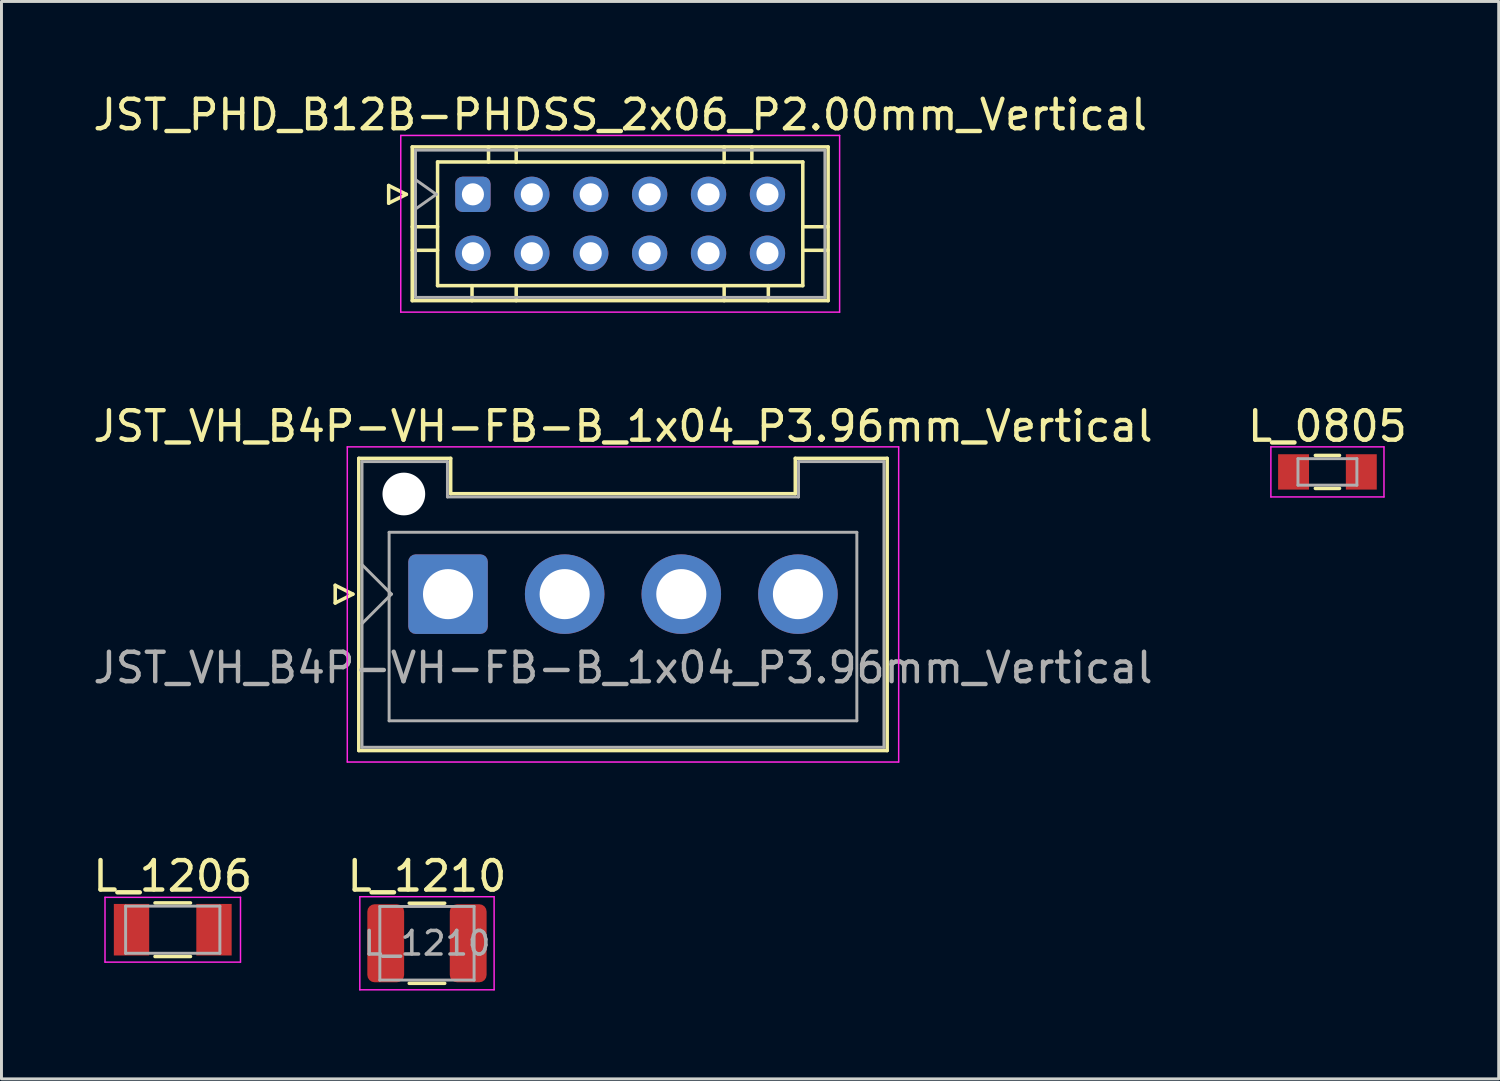
<source format=kicad_pcb>
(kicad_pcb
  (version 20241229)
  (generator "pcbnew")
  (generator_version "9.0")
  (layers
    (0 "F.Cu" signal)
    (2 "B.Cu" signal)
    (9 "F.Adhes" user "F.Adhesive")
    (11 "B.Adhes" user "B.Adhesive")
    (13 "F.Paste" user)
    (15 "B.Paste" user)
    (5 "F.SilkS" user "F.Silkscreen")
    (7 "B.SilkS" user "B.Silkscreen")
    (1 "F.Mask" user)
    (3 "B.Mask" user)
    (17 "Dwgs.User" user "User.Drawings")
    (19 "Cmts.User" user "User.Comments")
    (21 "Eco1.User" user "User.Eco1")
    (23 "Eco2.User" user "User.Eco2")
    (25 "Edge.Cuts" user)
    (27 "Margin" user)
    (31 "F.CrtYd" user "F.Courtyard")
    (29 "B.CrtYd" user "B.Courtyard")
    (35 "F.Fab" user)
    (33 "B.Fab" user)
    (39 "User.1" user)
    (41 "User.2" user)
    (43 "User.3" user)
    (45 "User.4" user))
  (footprint "JST_PHD_B12B-PHDSS_2x06_P2.00mm_Vertical"
    (layer "F.Cu")
    (at 13.006 3.548)
    (property "Reference" "JST_PHD_B12B-PHDSS_2x06_P2.00mm_Vertical" (at 5 -2.7 0) (layer "F.SilkS") (effects (font (size 1 1) (thickness 0.15))))
    (attr through_hole)
    (fp_line (start -2.86 -0.3) (end -2.26 0) (stroke (width 0.12) (type solid)) (layer "F.SilkS"))
    (fp_line (start -2.86 0.3) (end -2.86 -0.3) (stroke (width 0.12) (type solid)) (layer "F.SilkS"))
    (fp_line (start -2.26 0) (end -2.86 0.3) (stroke (width 0.12) (type solid)) (layer "F.SilkS"))
    (fp_line (start -2.06 -1.61) (end -2.06 3.61) (stroke (width 0.12) (type solid)) (layer "F.SilkS"))
    (fp_line (start -2.06 1.1) (end -1.2 1.1) (stroke (width 0.12) (type solid)) (layer "F.SilkS"))
    (fp_line (start -2.06 1.9) (end -1.2 1.9) (stroke (width 0.12) (type solid)) (layer "F.SilkS"))
    (fp_line (start -2.06 3.61) (end 12.06 3.61) (stroke (width 0.12) (type solid)) (layer "F.SilkS"))
    (fp_line (start -1.2 -1.1) (end -1.2 3.1) (stroke (width 0.12) (type solid)) (layer "F.SilkS"))
    (fp_line (start -1.2 3.1) (end 11.2 3.1) (stroke (width 0.12) (type solid)) (layer "F.SilkS"))
    (fp_line (start -0.03 3.61) (end -0.03 3.1) (stroke (width 0.12) (type solid)) (layer "F.SilkS"))
    (fp_line (start 0.53 -1.61) (end 0.53 -1.1) (stroke (width 0.12) (type solid)) (layer "F.SilkS"))
    (fp_line (start 1.47 -1.61) (end 1.47 -1.1) (stroke (width 0.12) (type solid)) (layer "F.SilkS"))
    (fp_line (start 1.47 3.61) (end 1.47 3.1) (stroke (width 0.12) (type solid)) (layer "F.SilkS"))
    (fp_line (start 8.53 -1.61) (end 8.53 -1.1) (stroke (width 0.12) (type solid)) (layer "F.SilkS"))
    (fp_line (start 8.53 3.61) (end 8.53 3.1) (stroke (width 0.12) (type solid)) (layer "F.SilkS"))
    (fp_line (start 9.47 -1.61) (end 9.47 -1.1) (stroke (width 0.12) (type solid)) (layer "F.SilkS"))
    (fp_line (start 10.03 3.61) (end 10.03 3.1) (stroke (width 0.12) (type solid)) (layer "F.SilkS"))
    (fp_line (start 11.2 -1.1) (end -1.2 -1.1) (stroke (width 0.12) (type solid)) (layer "F.SilkS"))
    (fp_line (start 11.2 3.1) (end 11.2 -1.1) (stroke (width 0.12) (type solid)) (layer "F.SilkS"))
    (fp_line (start 12.06 -1.61) (end -2.06 -1.61) (stroke (width 0.12) (type solid)) (layer "F.SilkS"))
    (fp_line (start 12.06 1.1) (end 11.2 1.1) (stroke (width 0.12) (type solid)) (layer "F.SilkS"))
    (fp_line (start 12.06 1.9) (end 11.2 1.9) (stroke (width 0.12) (type solid)) (layer "F.SilkS"))
    (fp_line (start 12.06 3.61) (end 12.06 -1.61) (stroke (width 0.12) (type solid)) (layer "F.SilkS"))
    (fp_line (start -2.45 -2) (end -2.45 4) (stroke (width 0.05) (type solid)) (layer "F.CrtYd"))
    (fp_line (start -2.45 4) (end 12.45 4) (stroke (width 0.05) (type solid)) (layer "F.CrtYd"))
    (fp_line (start 12.45 -2) (end -2.45 -2) (stroke (width 0.05) (type solid)) (layer "F.CrtYd"))
    (fp_line (start 12.45 4) (end 12.45 -2) (stroke (width 0.05) (type solid)) (layer "F.CrtYd"))
    (fp_line (start -1.95 -1.5) (end -1.95 3.5) (stroke (width 0.1) (type solid)) (layer "F.Fab"))
    (fp_line (start -1.95 0.5) (end -1.243 0) (stroke (width 0.1) (type solid)) (layer "F.Fab"))
    (fp_line (start -1.95 3.5) (end 11.95 3.5) (stroke (width 0.1) (type solid)) (layer "F.Fab"))
    (fp_line (start -1.243 0) (end -1.95 -0.5) (stroke (width 0.1) (type solid)) (layer "F.Fab"))
    (fp_line (start 11.95 -1.5) (end -1.95 -1.5) (stroke (width 0.1) (type solid)) (layer "F.Fab"))
    (fp_line (start 11.95 3.5) (end 11.95 -1.5) (stroke (width 0.1) (type solid)) (layer "F.Fab"))
    (pad "1" thru_hole roundrect (at 0 0) (size 1.2 1.2) (drill 0.75) (layers "*.Cu" "*.Mask") (roundrect_rratio 0.208))
    (pad "2" thru_hole circle (at 0 2) (size 1.2 1.2) (drill 0.75) (layers "*.Cu" "*.Mask"))
    (pad "3" thru_hole circle (at 2 0) (size 1.2 1.2) (drill 0.75) (layers "*.Cu" "*.Mask"))
    (pad "4" thru_hole circle (at 2 2) (size 1.2 1.2) (drill 0.75) (layers "*.Cu" "*.Mask"))
    (pad "5" thru_hole circle (at 4 0) (size 1.2 1.2) (drill 0.75) (layers "*.Cu" "*.Mask"))
    (pad "6" thru_hole circle (at 4 2) (size 1.2 1.2) (drill 0.75) (layers "*.Cu" "*.Mask"))
    (pad "7" thru_hole circle (at 6 0) (size 1.2 1.2) (drill 0.75) (layers "*.Cu" "*.Mask"))
    (pad "8" thru_hole circle (at 6 2) (size 1.2 1.2) (drill 0.75) (layers "*.Cu" "*.Mask"))
    (pad "9" thru_hole circle (at 8 0) (size 1.2 1.2) (drill 0.75) (layers "*.Cu" "*.Mask"))
    (pad "10" thru_hole circle (at 8 2) (size 1.2 1.2) (drill 0.75) (layers "*.Cu" "*.Mask"))
    (pad "11" thru_hole circle (at 10 0) (size 1.2 1.2) (drill 0.75) (layers "*.Cu" "*.Mask"))
    (pad "12" thru_hole circle (at 10 2) (size 1.2 1.2) (drill 0.75) (layers "*.Cu" "*.Mask")))
  (footprint "L_0805"
    (layer "F.Cu")
    (at 42.018 12.972)
    (property "Reference" "L_0805" (at 0 -1.55 0) (layer "F.SilkS") (effects (font (size 1 1) (thickness 0.15))))
    (attr smd)
    (fp_line (start -0.41 -0.56) (end 0.41 -0.56) (stroke (width 0.12) (type solid)) (layer "F.SilkS"))
    (fp_line (start -0.41 0.56) (end 0.41 0.56) (stroke (width 0.12) (type solid)) (layer "F.SilkS"))
    (fp_line (start -1.92 -0.85) (end 1.92 -0.85) (stroke (width 0.05) (type solid)) (layer "F.CrtYd"))
    (fp_line (start -1.92 0.85) (end -1.92 -0.85) (stroke (width 0.05) (type solid)) (layer "F.CrtYd"))
    (fp_line (start 1.92 -0.85) (end 1.92 0.85) (stroke (width 0.05) (type solid)) (layer "F.CrtYd"))
    (fp_line (start 1.92 0.85) (end -1.92 0.85) (stroke (width 0.05) (type solid)) (layer "F.CrtYd"))
    (fp_line (start -1 -0.45) (end 1 -0.45) (stroke (width 0.1) (type solid)) (layer "F.Fab"))
    (fp_line (start -1 0.45) (end -1 -0.45) (stroke (width 0.1) (type solid)) (layer "F.Fab"))
    (fp_line (start 1 -0.45) (end 1 0.45) (stroke (width 0.1) (type solid)) (layer "F.Fab"))
    (fp_line (start 1 0.45) (end -1 0.45) (stroke (width 0.1) (type solid)) (layer "F.Fab"))
    (pad "1" smd rect (at -1.15 0) (size 1.05 1.2) (layers "F.Cu" "F.Mask" "F.Paste"))
    (pad "2" smd rect (at 1.15 0) (size 1.05 1.2) (layers "F.Cu" "F.Mask" "F.Paste")))
  (footprint "JST_VH_B4P-VH-FB-B_1x04_P3.96mm_Vertical"
    (layer "F.Cu")
    (at 12.161 17.122)
    (property "Reference" "JST_VH_B4P-VH-FB-B_1x04_P3.96mm_Vertical" (at 5.94 -5.7 0) (layer "F.SilkS") (effects (font (size 1 1) (thickness 0.15))))
    (attr through_hole)
    (fp_line (start -3.83 -0.3) (end -3.23 0) (stroke (width 0.12) (type solid)) (layer "F.SilkS"))
    (fp_line (start -3.83 0.3) (end -3.83 -0.3) (stroke (width 0.12) (type solid)) (layer "F.SilkS"))
    (fp_line (start -3.23 0) (end -3.83 0.3) (stroke (width 0.12) (type solid)) (layer "F.SilkS"))
    (fp_line (start -3.03 -4.61) (end 0.09 -4.61) (stroke (width 0.12) (type solid)) (layer "F.SilkS"))
    (fp_line (start -3.03 5.31) (end -3.03 -4.61) (stroke (width 0.12) (type solid)) (layer "F.SilkS"))
    (fp_line (start 0.09 -4.61) (end 0.09 -3.41) (stroke (width 0.12) (type solid)) (layer "F.SilkS"))
    (fp_line (start 0.09 -3.41) (end 11.79 -3.41) (stroke (width 0.12) (type solid)) (layer "F.SilkS"))
    (fp_line (start 11.79 -4.61) (end 14.91 -4.61) (stroke (width 0.12) (type solid)) (layer "F.SilkS"))
    (fp_line (start 11.79 -3.41) (end 11.79 -4.61) (stroke (width 0.12) (type solid)) (layer "F.SilkS"))
    (fp_line (start 14.91 -4.61) (end 14.91 5.31) (stroke (width 0.12) (type solid)) (layer "F.SilkS"))
    (fp_line (start 14.91 5.31) (end -3.03 5.31) (stroke (width 0.12) (type solid)) (layer "F.SilkS"))
    (fp_line (start -3.42 -5) (end -3.42 5.7) (stroke (width 0.05) (type solid)) (layer "F.CrtYd"))
    (fp_line (start -3.42 5.7) (end 15.3 5.7) (stroke (width 0.05) (type solid)) (layer "F.CrtYd"))
    (fp_line (start 15.3 -5) (end -3.42 -5) (stroke (width 0.05) (type solid)) (layer "F.CrtYd"))
    (fp_line (start 15.3 5.7) (end 15.3 -5) (stroke (width 0.05) (type solid)) (layer "F.CrtYd"))
    (fp_line (start -2.92 -4.5) (end -0.02 -4.5) (stroke (width 0.1) (type solid)) (layer "F.Fab"))
    (fp_line (start -2.92 -1) (end -1.92 0) (stroke (width 0.1) (type solid)) (layer "F.Fab"))
    (fp_line (start -2.92 1) (end -1.92 0) (stroke (width 0.1) (type solid)) (layer "F.Fab"))
    (fp_line (start -2.92 5.2) (end -2.92 -4.5) (stroke (width 0.1) (type solid)) (layer "F.Fab"))
    (fp_line (start -2 -2.1) (end 13.88 -2.1) (stroke (width 0.1) (type solid)) (layer "F.Fab"))
    (fp_line (start -2 4.3) (end -2 -2.1) (stroke (width 0.1) (type solid)) (layer "F.Fab"))
    (fp_line (start -0.02 -4.5) (end -0.02 -3.3) (stroke (width 0.1) (type solid)) (layer "F.Fab"))
    (fp_line (start -0.02 -3.3) (end 11.9 -3.3) (stroke (width 0.1) (type solid)) (layer "F.Fab"))
    (fp_line (start 11.9 -4.5) (end 14.8 -4.5) (stroke (width 0.1) (type solid)) (layer "F.Fab"))
    (fp_line (start 11.9 -3.3) (end 11.9 -4.5) (stroke (width 0.1) (type solid)) (layer "F.Fab"))
    (fp_line (start 13.88 -2.1) (end 13.88 4.3) (stroke (width 0.1) (type solid)) (layer "F.Fab"))
    (fp_line (start 13.88 4.3) (end -2 4.3) (stroke (width 0.1) (type solid)) (layer "F.Fab"))
    (fp_line (start 14.8 -4.5) (end 14.8 5.2) (stroke (width 0.1) (type solid)) (layer "F.Fab"))
    (fp_line (start 14.8 5.2) (end -2.92 5.2) (stroke (width 0.1) (type solid)) (layer "F.Fab"))
    (fp_text user "${REFERENCE}" (at 5.94 2.5 0) (layer "F.Fab") (effects (font (size 1 1) (thickness 0.15))))
    (pad "" np_thru_hole circle (at -1.5 -3.4) (size 1.45 1.45) (drill 1.45) (layers "*.Cu" "*.Mask"))
    (pad "1" thru_hole roundrect (at 0 0) (size 2.7 2.7) (drill 1.7) (layers "*.Cu" "*.Mask") (roundrect_rratio 0.093))
    (pad "2" thru_hole circle (at 3.96 0) (size 2.7 2.7) (drill 1.7) (layers "*.Cu" "*.Mask"))
    (pad "3" thru_hole circle (at 7.92 0) (size 2.7 2.7) (drill 1.7) (layers "*.Cu" "*.Mask"))
    (pad "4" thru_hole circle (at 11.88 0) (size 2.7 2.7) (drill 1.7) (layers "*.Cu" "*.Mask")))
  (footprint "L_1210"
    (layer "F.Cu")
    (at 11.446 28.975)
    (property "Reference" "L_1210" (at 0 -2.28 0) (layer "F.SilkS") (effects (font (size 1 1) (thickness 0.15))))
    (attr smd)
    (fp_line (start -0.602 -1.36) (end 0.602 -1.36) (stroke (width 0.12) (type solid)) (layer "F.SilkS"))
    (fp_line (start -0.602 1.36) (end 0.602 1.36) (stroke (width 0.12) (type solid)) (layer "F.SilkS"))
    (fp_line (start -2.28 -1.58) (end 2.28 -1.58) (stroke (width 0.05) (type solid)) (layer "F.CrtYd"))
    (fp_line (start -2.28 1.58) (end -2.28 -1.58) (stroke (width 0.05) (type solid)) (layer "F.CrtYd"))
    (fp_line (start 2.28 -1.58) (end 2.28 1.58) (stroke (width 0.05) (type solid)) (layer "F.CrtYd"))
    (fp_line (start 2.28 1.58) (end -2.28 1.58) (stroke (width 0.05) (type solid)) (layer "F.CrtYd"))
    (fp_line (start -1.6 -1.25) (end 1.6 -1.25) (stroke (width 0.1) (type solid)) (layer "F.Fab"))
    (fp_line (start -1.6 1.25) (end -1.6 -1.25) (stroke (width 0.1) (type solid)) (layer "F.Fab"))
    (fp_line (start 1.6 -1.25) (end 1.6 1.25) (stroke (width 0.1) (type solid)) (layer "F.Fab"))
    (fp_line (start 1.6 1.25) (end -1.6 1.25) (stroke (width 0.1) (type solid)) (layer "F.Fab"))
    (fp_text user "${REFERENCE}" (at 0 0 0) (layer "F.Fab") (effects (font (size 0.8 0.8) (thickness 0.12))))
    (pad "1" smd roundrect (at -1.4 0) (size 1.25 2.65) (layers "F.Cu" "F.Mask" "F.Paste") (roundrect_rratio 0.2))
    (pad "2" smd roundrect (at 1.4 0) (size 1.25 2.65) (layers "F.Cu" "F.Mask" "F.Paste") (roundrect_rratio 0.2)))
  (footprint "L_1206"
    (layer "F.Cu")
    (at 2.815 28.515)
    (property "Reference" "L_1206" (at 0 -1.82 0) (layer "F.SilkS") (effects (font (size 1 1) (thickness 0.15))))
    (attr smd)
    (fp_line (start -0.602 -0.91) (end 0.602 -0.91) (stroke (width 0.12) (type solid)) (layer "F.SilkS"))
    (fp_line (start -0.602 0.91) (end 0.602 0.91) (stroke (width 0.12) (type solid)) (layer "F.SilkS"))
    (fp_line (start -2.3 -1.1) (end 2.3 -1.1) (stroke (width 0.05) (type solid)) (layer "F.CrtYd"))
    (fp_line (start -2.3 1.1) (end -2.3 -1.1) (stroke (width 0.05) (type solid)) (layer "F.CrtYd"))
    (fp_line (start 2.3 -1.1) (end 2.3 1.1) (stroke (width 0.05) (type solid)) (layer "F.CrtYd"))
    (fp_line (start 2.3 1.1) (end -2.3 1.1) (stroke (width 0.05) (type solid)) (layer "F.CrtYd"))
    (fp_line (start -1.6 -0.8) (end 1.6 -0.8) (stroke (width 0.1) (type solid)) (layer "F.Fab"))
    (fp_line (start -1.6 0.8) (end -1.6 -0.8) (stroke (width 0.1) (type solid)) (layer "F.Fab"))
    (fp_line (start 1.6 -0.8) (end 1.6 0.8) (stroke (width 0.1) (type solid)) (layer "F.Fab"))
    (fp_line (start 1.6 0.8) (end -1.6 0.8) (stroke (width 0.1) (type solid)) (layer "F.Fab"))
    (pad "1" smd rect (at -1.4 0) (size 1.2 1.75) (layers "F.Cu" "F.Mask" "F.Paste"))
    (pad "2" smd rect (at 1.4 0) (size 1.2 1.75) (layers "F.Cu" "F.Mask" "F.Paste")))
  (gr_rect
    (start -3 -3)
    (end 47.833 33.58)
    (stroke (width 0.1) (type default))
    (fill no)
    (layer "Edge.Cuts")))
</source>
